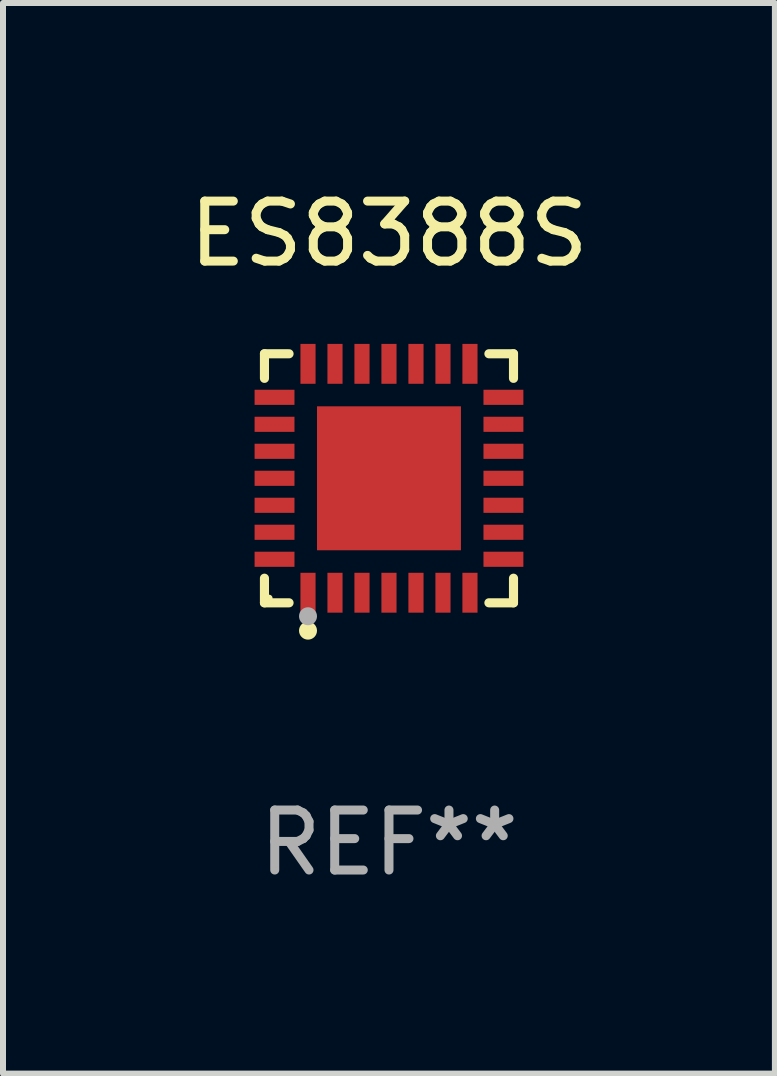
<source format=kicad_pcb>
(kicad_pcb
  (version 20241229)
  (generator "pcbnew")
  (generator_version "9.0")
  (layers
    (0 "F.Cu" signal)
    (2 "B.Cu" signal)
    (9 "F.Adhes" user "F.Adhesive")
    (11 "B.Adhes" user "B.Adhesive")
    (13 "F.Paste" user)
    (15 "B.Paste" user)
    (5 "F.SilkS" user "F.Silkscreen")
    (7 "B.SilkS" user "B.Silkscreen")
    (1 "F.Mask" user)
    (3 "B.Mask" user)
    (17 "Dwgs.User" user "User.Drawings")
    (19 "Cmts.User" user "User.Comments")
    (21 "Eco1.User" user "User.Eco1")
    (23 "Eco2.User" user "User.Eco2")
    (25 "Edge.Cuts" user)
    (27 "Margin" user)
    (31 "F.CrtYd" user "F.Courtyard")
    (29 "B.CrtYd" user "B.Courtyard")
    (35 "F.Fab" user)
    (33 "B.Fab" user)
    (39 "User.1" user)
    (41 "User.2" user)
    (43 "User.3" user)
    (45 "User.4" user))
  (footprint "ES8388S"
    (layer "F.Cu")
    (at 3.435 4.924)
    (property "Reference" "ES8388S" (at 0 -4.076 0) (layer "F.SilkS") (effects (font (size 1 1) (thickness 0.15))))
    (attr through_hole)
    (fp_line (start -2.076 -2.076) (end -1.666 -2.076) (stroke (width 0.152) (type solid)) (layer "F.SilkS"))
    (fp_line (start -2.076 -1.666) (end -2.076 -2.076) (stroke (width 0.152) (type solid)) (layer "F.SilkS"))
    (fp_line (start -2.076 1.666) (end -2.076 2.076) (stroke (width 0.152) (type solid)) (layer "F.SilkS"))
    (fp_line (start -2.076 2.076) (end -1.666 2.076) (stroke (width 0.152) (type solid)) (layer "F.SilkS"))
    (fp_line (start 2.076 -2.076) (end 1.666 -2.076) (stroke (width 0.152) (type solid)) (layer "F.SilkS"))
    (fp_line (start 2.076 -1.666) (end 2.076 -2.076) (stroke (width 0.152) (type solid)) (layer "F.SilkS"))
    (fp_line (start 2.076 1.666) (end 2.076 2.076) (stroke (width 0.152) (type solid)) (layer "F.SilkS"))
    (fp_line (start 2.076 2.076) (end 1.666 2.076) (stroke (width 0.152) (type solid)) (layer "F.SilkS"))
    (fp_circle (center -2 2) (end -1.97 2) (stroke (width 0.06) (type solid)) (fill no) (layer "F.SilkS"))
    (fp_circle (center -1.35 2.54) (end -1.275 2.54) (stroke (width 0.15) (type solid)) (fill no) (layer "F.SilkS"))
    (fp_circle (center -1.35 2.3) (end -1.275 2.3) (stroke (width 0.15) (type solid)) (fill no) (layer "F.Fab"))
    (fp_text user "REF**" (at 0 6.076 0) (layer "F.Fab") (effects (font (size 1 1) (thickness 0.15))))
    (pad "1" smd rect (at -1.35 1.908) (size 0.252 0.665) (layers "F.Cu" "F.Mask" "F.Paste"))
    (pad "2" smd rect (at -0.9 1.908) (size 0.252 0.665) (layers "F.Cu" "F.Mask" "F.Paste"))
    (pad "3" smd rect (at -0.45 1.908) (size 0.252 0.665) (layers "F.Cu" "F.Mask" "F.Paste"))
    (pad "4" smd rect (at 0 1.908) (size 0.252 0.665) (layers "F.Cu" "F.Mask" "F.Paste"))
    (pad "5" smd rect (at 0.45 1.908) (size 0.252 0.665) (layers "F.Cu" "F.Mask" "F.Paste"))
    (pad "6" smd rect (at 0.9 1.908) (size 0.252 0.665) (layers "F.Cu" "F.Mask" "F.Paste"))
    (pad "7" smd rect (at 1.35 1.908) (size 0.252 0.665) (layers "F.Cu" "F.Mask" "F.Paste"))
    (pad "8" smd rect (at 1.908 1.35) (size 0.665 0.252) (layers "F.Cu" "F.Mask" "F.Paste"))
    (pad "9" smd rect (at 1.908 0.9) (size 0.665 0.252) (layers "F.Cu" "F.Mask" "F.Paste"))
    (pad "10" smd rect (at 1.908 0.45) (size 0.665 0.252) (layers "F.Cu" "F.Mask" "F.Paste"))
    (pad "11" smd rect (at 1.908 0) (size 0.665 0.252) (layers "F.Cu" "F.Mask" "F.Paste"))
    (pad "12" smd rect (at 1.908 -0.45) (size 0.665 0.252) (layers "F.Cu" "F.Mask" "F.Paste"))
    (pad "13" smd rect (at 1.908 -0.9) (size 0.665 0.252) (layers "F.Cu" "F.Mask" "F.Paste"))
    (pad "14" smd rect (at 1.908 -1.35) (size 0.665 0.252) (layers "F.Cu" "F.Mask" "F.Paste"))
    (pad "15" smd rect (at 1.35 -1.908) (size 0.252 0.665) (layers "F.Cu" "F.Mask" "F.Paste"))
    (pad "16" smd rect (at 0.9 -1.908) (size 0.252 0.665) (layers "F.Cu" "F.Mask" "F.Paste"))
    (pad "17" smd rect (at 0.45 -1.908) (size 0.252 0.665) (layers "F.Cu" "F.Mask" "F.Paste"))
    (pad "18" smd rect (at 0 -1.908) (size 0.252 0.665) (layers "F.Cu" "F.Mask" "F.Paste"))
    (pad "19" smd rect (at -0.45 -1.908) (size 0.252 0.665) (layers "F.Cu" "F.Mask" "F.Paste"))
    (pad "20" smd rect (at -0.9 -1.908) (size 0.252 0.665) (layers "F.Cu" "F.Mask" "F.Paste"))
    (pad "21" smd rect (at -1.35 -1.908) (size 0.252 0.665) (layers "F.Cu" "F.Mask" "F.Paste"))
    (pad "22" smd rect (at -1.908 -1.35) (size 0.665 0.252) (layers "F.Cu" "F.Mask" "F.Paste"))
    (pad "23" smd rect (at -1.908 -0.9) (size 0.665 0.252) (layers "F.Cu" "F.Mask" "F.Paste"))
    (pad "24" smd rect (at -1.908 -0.45) (size 0.665 0.252) (layers "F.Cu" "F.Mask" "F.Paste"))
    (pad "25" smd rect (at -1.908 0) (size 0.665 0.252) (layers "F.Cu" "F.Mask" "F.Paste"))
    (pad "26" smd rect (at -1.908 0.45) (size 0.665 0.252) (layers "F.Cu" "F.Mask" "F.Paste"))
    (pad "27" smd rect (at -1.908 0.9) (size 0.665 0.252) (layers "F.Cu" "F.Mask" "F.Paste"))
    (pad "28" smd rect (at -1.908 1.35) (size 0.665 0.252) (layers "F.Cu" "F.Mask" "F.Paste"))
    (pad "29" smd rect (at 0 0) (size 2.4 2.4) (layers "F.Cu" "F.Mask" "F.Paste")))
  (gr_rect
    (start -3 -3)
    (end 9.869 14.849)
    (stroke (width 0.1) (type default))
    (fill no)
    (layer "Edge.Cuts")))
</source>
